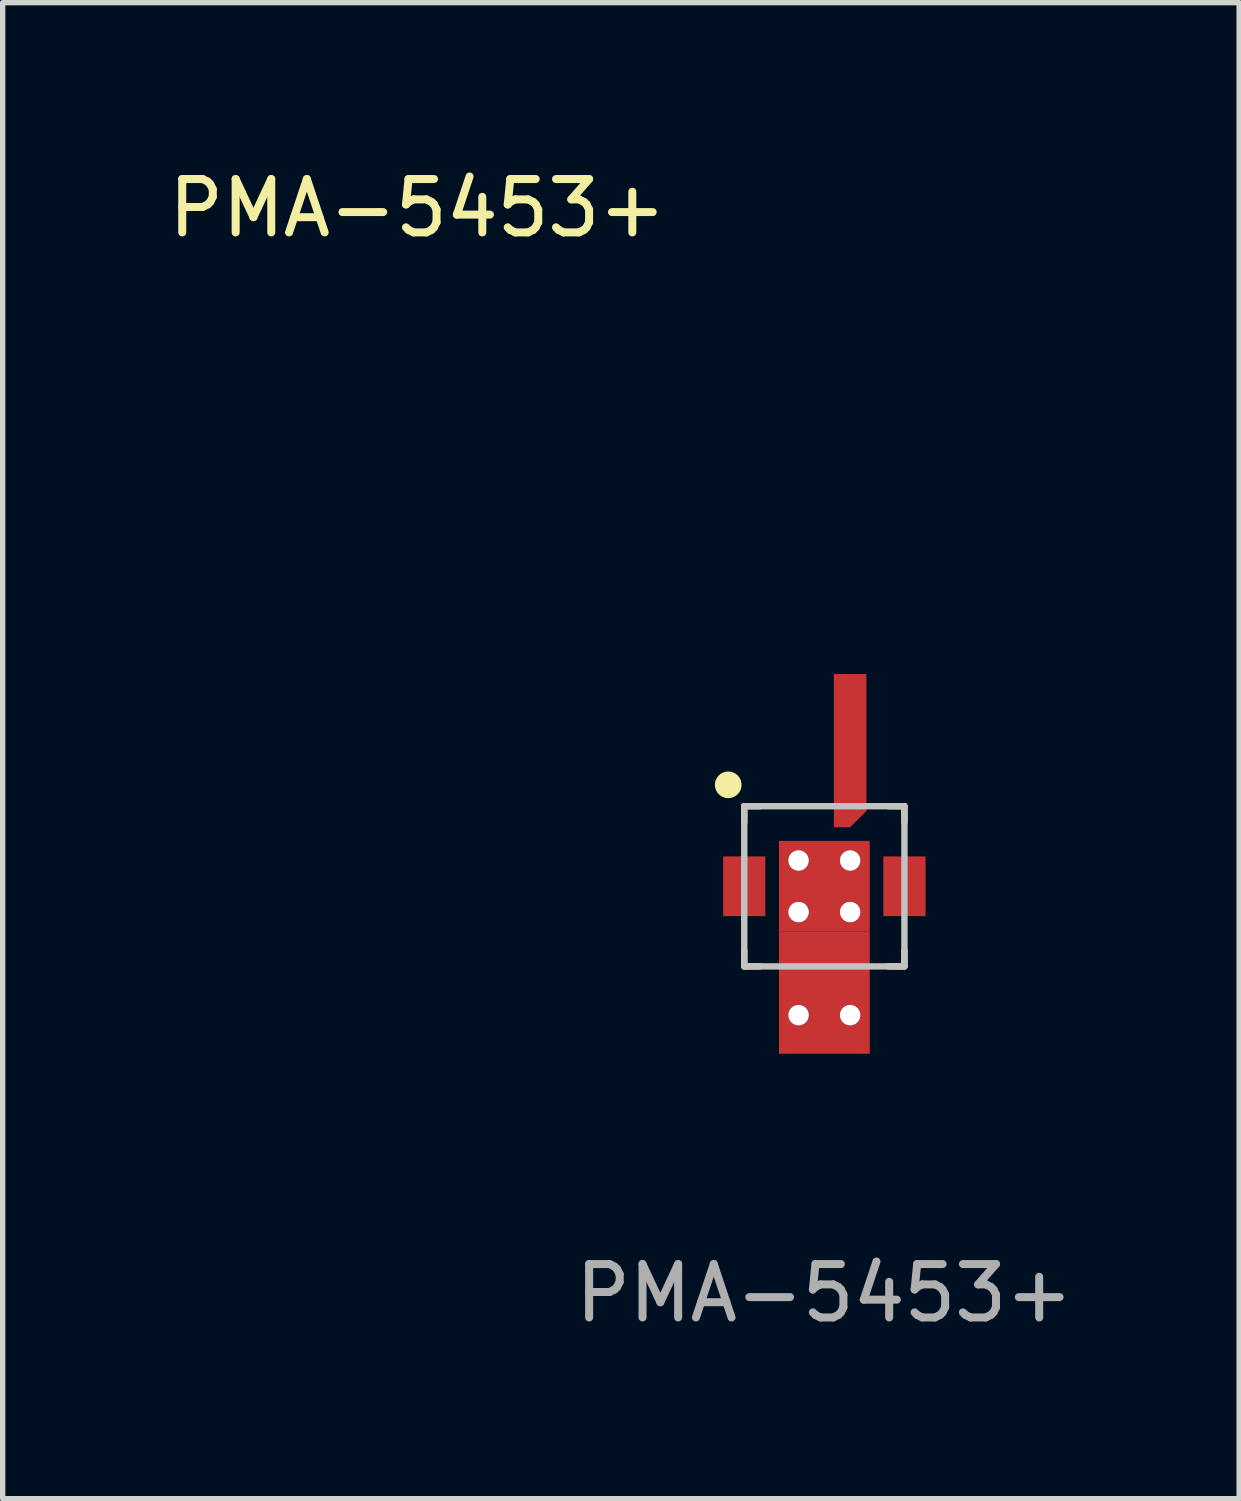
<source format=kicad_pcb>
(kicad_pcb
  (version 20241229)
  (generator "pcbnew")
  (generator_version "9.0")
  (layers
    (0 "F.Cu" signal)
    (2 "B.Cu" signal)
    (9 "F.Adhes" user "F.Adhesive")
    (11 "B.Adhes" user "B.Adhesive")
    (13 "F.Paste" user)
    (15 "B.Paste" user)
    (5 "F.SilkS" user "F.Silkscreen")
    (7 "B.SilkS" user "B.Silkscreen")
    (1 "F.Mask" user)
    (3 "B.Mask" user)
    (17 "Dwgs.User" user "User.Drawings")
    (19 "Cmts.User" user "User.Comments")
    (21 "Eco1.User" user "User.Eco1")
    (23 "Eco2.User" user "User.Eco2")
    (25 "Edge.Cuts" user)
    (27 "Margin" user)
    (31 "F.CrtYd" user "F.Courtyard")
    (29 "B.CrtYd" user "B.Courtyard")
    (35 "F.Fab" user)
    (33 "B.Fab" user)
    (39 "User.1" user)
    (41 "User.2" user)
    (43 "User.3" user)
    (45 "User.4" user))
  (footprint "PMA-5453+"
    (layer "F.Cu")
    (at 12.388 13.548)
    (property "Reference" "PMA-5453+" (at -7.62 -12.7 0) (unlocked yes) (layer "F.SilkS") (effects (font (size 1 1) (thickness 0.15))))
    (attr smd)
    (fp_rect (start -1.895 -0.48) (end -1.105 -0.18) (stroke (width 0) (type solid)) (fill yes) (layer "F.Mask"))
    (fp_rect (start -1.895 0.18) (end -1.105 0.48) (stroke (width 0) (type solid)) (fill yes) (layer "F.Mask"))
    (fp_rect (start -0.85 -0.85) (end 0.85 0.85) (stroke (width 0) (type solid)) (fill yes) (layer "F.Mask"))
    (fp_rect (start -0.48 1.105) (end -0.18 1.895) (stroke (width 0) (type solid)) (fill yes) (layer "F.Mask"))
    (fp_rect (start 0.18 -1.105) (end 0.48 -1.895) (stroke (width 0) (type solid)) (fill yes) (layer "F.Mask"))
    (fp_rect (start 0.18 1.1) (end 0.48 1.89) (stroke (width 0) (type solid)) (fill yes) (layer "F.Mask"))
    (fp_rect (start 1.105 -0.48) (end 1.895 -0.18) (stroke (width 0) (type solid)) (fill yes) (layer "F.Mask"))
    (fp_rect (start 1.105 0.17) (end 1.895 0.47) (stroke (width 0) (type solid)) (fill yes) (layer "F.Mask"))
    (fp_line (start -1.5 -1.5) (end -1.2 -1.5) (stroke (width 0.12) (type solid)) (layer "F.SilkS"))
    (fp_line (start -1.5 -1.2) (end -1.5 -1.5) (stroke (width 0.12) (type solid)) (layer "F.SilkS"))
    (fp_line (start -1.5 1.2) (end -1.5 1.5) (stroke (width 0.12) (type solid)) (layer "F.SilkS"))
    (fp_line (start -1.5 1.5) (end -1.2 1.5) (stroke (width 0.12) (type solid)) (layer "F.SilkS"))
    (fp_line (start 1.2 -1.5) (end 1.5 -1.5) (stroke (width 0.12) (type solid)) (layer "F.SilkS"))
    (fp_line (start 1.5 -1.5) (end 1.5 -1.2) (stroke (width 0.12) (type solid)) (layer "F.SilkS"))
    (fp_line (start 1.5 1.2) (end 1.5 1.5) (stroke (width 0.12) (type solid)) (layer "F.SilkS"))
    (fp_line (start 1.5 1.5) (end 1.2 1.5) (stroke (width 0.12) (type solid)) (layer "F.SilkS"))
    (fp_circle (center -1.8 -1.9) (end -1.55 -1.9) (stroke (width 0) (type solid)) (fill yes) (layer "F.SilkS"))
    (fp_rect (start -1.5 -1.5) (end 1.5 1.5) (stroke (width 0.12) (type solid)) (fill no) (layer "Dwgs.User"))
    (fp_text user "${REFERENCE}" (at 0 7.62 0) (unlocked yes) (layer "F.Fab") (effects (font (size 1 1) (thickness 0.15))))
    (pad "1" smd rect (at -1.5 0) (size 0.79 1.118) (layers "F.Cu" "F.Paste"))
    (pad "6" smd rect (at 1.5 0) (size 0.79 1.118) (layers "F.Cu" "F.Paste"))
    (pad "7" smd roundrect (at 0.483 -2.54) (size 0.61 2.87) (layers "F.Cu" "F.Paste") (roundrect_rratio 0) (chamfer_ratio 0.5) (chamfer bottom_right))
    (pad "9" thru_hole circle (at -0.483 -0.483) (size 0.381 0.381) (drill 0.381) (property pad_prop_heatsink) (layers "*.Cu" "*.Mask"))
    (pad "9" thru_hole circle (at -0.483 0.483) (size 0.381 0.381) (drill 0.381) (property pad_prop_heatsink) (layers "*.Cu" "*.Mask"))
    (pad "9" thru_hole circle (at -0.483 2.413) (size 0.381 0.381) (drill 0.381) (property pad_prop_heatsink) (layers "*.Cu" "*.Mask"))
    (pad "9" smd rect (at 0 0) (size 1.7 1.7) (property pad_prop_heatsink) (layers "F.Cu" "F.Paste"))
    (pad "9" smd rect (at 0 1.993) (size 1.7 2.286) (property pad_prop_heatsink) (layers "F.Cu" "F.Paste"))
    (pad "9" thru_hole circle (at 0.483 -0.483) (size 0.381 0.381) (drill 0.381) (property pad_prop_heatsink) (layers "*.Cu" "*.Mask"))
    (pad "9" thru_hole circle (at 0.483 0.483) (size 0.381 0.381) (drill 0.381) (property pad_prop_heatsink) (layers "*.Cu" "*.Mask"))
    (pad "9" thru_hole circle (at 0.483 2.413) (size 0.381 0.381) (drill 0.381) (property pad_prop_heatsink) (layers "*.Cu" "*.Mask")))
  (gr_rect
    (start -3 -3)
    (end 20.156 25.017)
    (stroke (width 0.1) (type default))
    (fill no)
    (layer "Edge.Cuts")))
</source>
